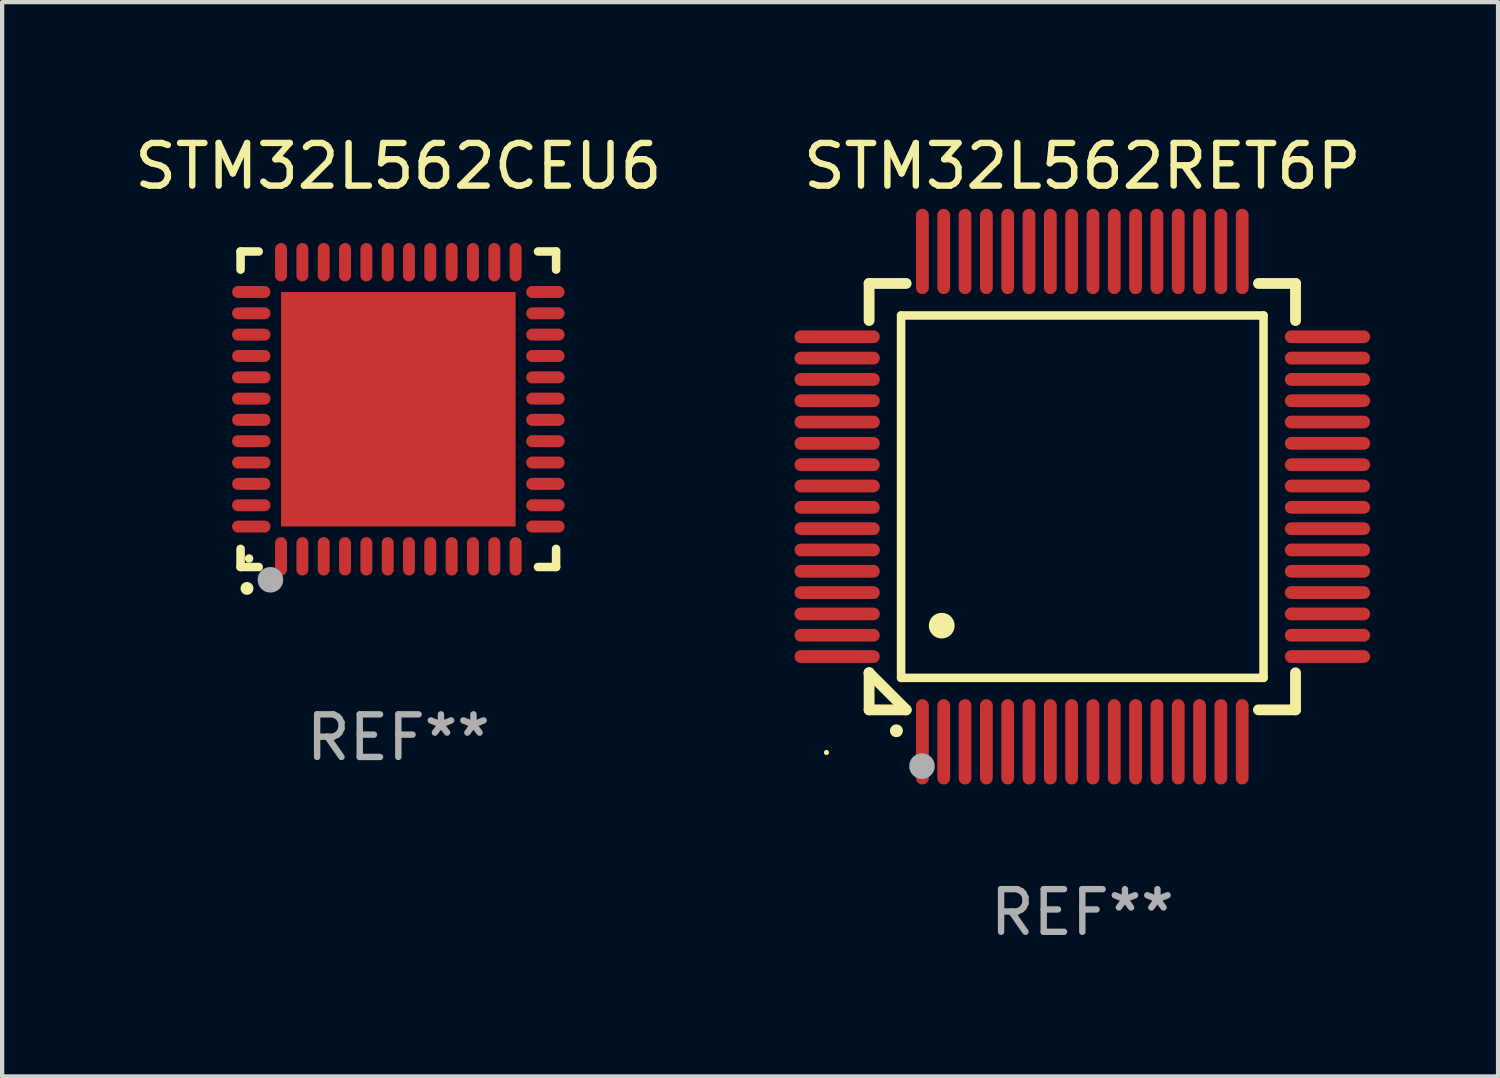
<source format=kicad_pcb>
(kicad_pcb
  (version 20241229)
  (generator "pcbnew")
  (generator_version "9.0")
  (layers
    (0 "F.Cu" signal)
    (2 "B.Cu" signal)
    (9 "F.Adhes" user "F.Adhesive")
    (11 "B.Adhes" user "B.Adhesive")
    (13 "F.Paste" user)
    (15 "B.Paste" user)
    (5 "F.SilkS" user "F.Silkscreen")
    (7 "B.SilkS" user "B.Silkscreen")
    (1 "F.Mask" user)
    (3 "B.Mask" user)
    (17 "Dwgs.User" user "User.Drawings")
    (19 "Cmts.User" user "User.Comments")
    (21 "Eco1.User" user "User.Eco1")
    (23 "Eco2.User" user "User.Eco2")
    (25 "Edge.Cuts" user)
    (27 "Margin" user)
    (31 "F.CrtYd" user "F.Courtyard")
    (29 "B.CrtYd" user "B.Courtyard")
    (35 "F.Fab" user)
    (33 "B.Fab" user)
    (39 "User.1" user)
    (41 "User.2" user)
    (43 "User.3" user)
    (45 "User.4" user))
  (footprint "STM32L562CEU6"
    (layer "F.Cu")
    (at 6.292 6.548)
    (property "Reference" "STM32L562CEU6" (at 0 -5.7 0) (layer "F.SilkS") (effects (font (size 1 1) (thickness 0.15))))
    (attr through_hole)
    (fp_line (start -3.7 -3.7) (end -3.275 -3.7) (stroke (width 0.2) (type solid)) (layer "F.SilkS"))
    (fp_line (start -3.7 -3.275) (end -3.7 -3.7) (stroke (width 0.2) (type solid)) (layer "F.SilkS"))
    (fp_line (start -3.7 3.7) (end -3.7 3.275) (stroke (width 0.2) (type solid)) (layer "F.SilkS"))
    (fp_line (start -3.275 3.7) (end -3.7 3.7) (stroke (width 0.2) (type solid)) (layer "F.SilkS"))
    (fp_line (start 3.7 -3.7) (end 3.275 -3.7) (stroke (width 0.2) (type solid)) (layer "F.SilkS"))
    (fp_line (start 3.7 -3.275) (end 3.7 -3.7) (stroke (width 0.2) (type solid)) (layer "F.SilkS"))
    (fp_line (start 3.7 3.275) (end 3.7 3.7) (stroke (width 0.2) (type solid)) (layer "F.SilkS"))
    (fp_line (start 3.7 3.7) (end 3.275 3.7) (stroke (width 0.2) (type solid)) (layer "F.SilkS"))
    (fp_arc (start -3.550927 4.201168) (mid -3.549657 4.201163) (end -3.548387 4.201168) (stroke (width 0.3) (type solid)) (layer "F.SilkS"))
    (fp_circle (center -3.5 3.5) (end -3.45 3.5) (stroke (width 0.1) (type solid)) (fill no) (layer "F.SilkS"))
    (fp_circle (center -3 4) (end -2.85 4) (stroke (width 0.3) (type solid)) (fill no) (layer "F.Fab"))
    (fp_text user "REF**" (at 0 7.7 0) (layer "F.Fab") (effects (font (size 1 1) (thickness 0.15))))
    (pad "1" smd oval (at -2.751 3.449) (size 0.28 0.9) (layers "F.Cu" "F.Mask" "F.Paste"))
    (pad "2" smd oval (at -2.25 3.449) (size 0.28 0.9) (layers "F.Cu" "F.Mask" "F.Paste"))
    (pad "3" smd oval (at -1.75 3.449) (size 0.28 0.9) (layers "F.Cu" "F.Mask" "F.Paste"))
    (pad "4" smd oval (at -1.25 3.449) (size 0.28 0.9) (layers "F.Cu" "F.Mask" "F.Paste"))
    (pad "5" smd oval (at -0.749 3.449) (size 0.28 0.9) (layers "F.Cu" "F.Mask" "F.Paste"))
    (pad "6" smd oval (at -0.249 3.449) (size 0.28 0.9) (layers "F.Cu" "F.Mask" "F.Paste"))
    (pad "7" smd oval (at 0.249 3.449) (size 0.28 0.9) (layers "F.Cu" "F.Mask" "F.Paste"))
    (pad "8" smd oval (at 0.749 3.449) (size 0.28 0.9) (layers "F.Cu" "F.Mask" "F.Paste"))
    (pad "9" smd oval (at 1.25 3.449) (size 0.28 0.9) (layers "F.Cu" "F.Mask" "F.Paste"))
    (pad "10" smd oval (at 1.75 3.449) (size 0.28 0.9) (layers "F.Cu" "F.Mask" "F.Paste"))
    (pad "11" smd oval (at 2.251 3.449) (size 0.28 0.9) (layers "F.Cu" "F.Mask" "F.Paste"))
    (pad "12" smd oval (at 2.751 3.449) (size 0.28 0.9) (layers "F.Cu" "F.Mask" "F.Paste"))
    (pad "13" smd oval (at 3.449 2.751) (size 0.9 0.28) (layers "F.Cu" "F.Mask" "F.Paste"))
    (pad "14" smd oval (at 3.449 2.251) (size 0.9 0.28) (layers "F.Cu" "F.Mask" "F.Paste"))
    (pad "15" smd oval (at 3.449 1.75) (size 0.9 0.28) (layers "F.Cu" "F.Mask" "F.Paste"))
    (pad "16" smd oval (at 3.449 1.25) (size 0.9 0.28) (layers "F.Cu" "F.Mask" "F.Paste"))
    (pad "17" smd oval (at 3.449 0.749) (size 0.9 0.28) (layers "F.Cu" "F.Mask" "F.Paste"))
    (pad "18" smd oval (at 3.449 0.249) (size 0.9 0.28) (layers "F.Cu" "F.Mask" "F.Paste"))
    (pad "19" smd oval (at 3.449 -0.249) (size 0.9 0.28) (layers "F.Cu" "F.Mask" "F.Paste"))
    (pad "20" smd oval (at 3.449 -0.749) (size 0.9 0.28) (layers "F.Cu" "F.Mask" "F.Paste"))
    (pad "21" smd oval (at 3.449 -1.25) (size 0.9 0.28) (layers "F.Cu" "F.Mask" "F.Paste"))
    (pad "22" smd oval (at 3.449 -1.75) (size 0.9 0.28) (layers "F.Cu" "F.Mask" "F.Paste"))
    (pad "23" smd oval (at 3.449 -2.25) (size 0.9 0.28) (layers "F.Cu" "F.Mask" "F.Paste"))
    (pad "24" smd oval (at 3.449 -2.751) (size 0.9 0.28) (layers "F.Cu" "F.Mask" "F.Paste"))
    (pad "25" smd oval (at 2.751 -3.449) (size 0.28 0.9) (layers "F.Cu" "F.Mask" "F.Paste"))
    (pad "26" smd oval (at 2.251 -3.449) (size 0.28 0.9) (layers "F.Cu" "F.Mask" "F.Paste"))
    (pad "27" smd oval (at 1.75 -3.449) (size 0.28 0.9) (layers "F.Cu" "F.Mask" "F.Paste"))
    (pad "28" smd oval (at 1.25 -3.449) (size 0.28 0.9) (layers "F.Cu" "F.Mask" "F.Paste"))
    (pad "29" smd oval (at 0.749 -3.449) (size 0.28 0.9) (layers "F.Cu" "F.Mask" "F.Paste"))
    (pad "30" smd oval (at 0.249 -3.449) (size 0.28 0.9) (layers "F.Cu" "F.Mask" "F.Paste"))
    (pad "31" smd oval (at -0.249 -3.449) (size 0.28 0.9) (layers "F.Cu" "F.Mask" "F.Paste"))
    (pad "32" smd oval (at -0.749 -3.449) (size 0.28 0.9) (layers "F.Cu" "F.Mask" "F.Paste"))
    (pad "33" smd oval (at -1.25 -3.449) (size 0.28 0.9) (layers "F.Cu" "F.Mask" "F.Paste"))
    (pad "34" smd oval (at -1.75 -3.449) (size 0.28 0.9) (layers "F.Cu" "F.Mask" "F.Paste"))
    (pad "35" smd oval (at -2.25 -3.449) (size 0.28 0.9) (layers "F.Cu" "F.Mask" "F.Paste"))
    (pad "36" smd oval (at -2.751 -3.449) (size 0.28 0.9) (layers "F.Cu" "F.Mask" "F.Paste"))
    (pad "37" smd oval (at -3.449 -2.751) (size 0.9 0.28) (layers "F.Cu" "F.Mask" "F.Paste"))
    (pad "38" smd oval (at -3.449 -2.25) (size 0.9 0.28) (layers "F.Cu" "F.Mask" "F.Paste"))
    (pad "39" smd oval (at -3.449 -1.75) (size 0.9 0.28) (layers "F.Cu" "F.Mask" "F.Paste"))
    (pad "40" smd oval (at -3.449 -1.25) (size 0.9 0.28) (layers "F.Cu" "F.Mask" "F.Paste"))
    (pad "41" smd oval (at -3.449 -0.749) (size 0.9 0.28) (layers "F.Cu" "F.Mask" "F.Paste"))
    (pad "42" smd oval (at -3.449 -0.249) (size 0.9 0.28) (layers "F.Cu" "F.Mask" "F.Paste"))
    (pad "43" smd oval (at -3.449 0.249) (size 0.9 0.28) (layers "F.Cu" "F.Mask" "F.Paste"))
    (pad "44" smd oval (at -3.449 0.749) (size 0.9 0.28) (layers "F.Cu" "F.Mask" "F.Paste"))
    (pad "45" smd oval (at -3.449 1.25) (size 0.9 0.28) (layers "F.Cu" "F.Mask" "F.Paste"))
    (pad "46" smd oval (at -3.449 1.75) (size 0.9 0.28) (layers "F.Cu" "F.Mask" "F.Paste"))
    (pad "47" smd oval (at -3.449 2.251) (size 0.9 0.28) (layers "F.Cu" "F.Mask" "F.Paste"))
    (pad "48" smd oval (at -3.449 2.751) (size 0.9 0.28) (layers "F.Cu" "F.Mask" "F.Paste"))
    (pad "49" smd rect (at 0.000076 0.000076) (size 5.5 5.5) (layers "F.Cu" "F.Mask" "F.Paste")))
  (footprint "STM32L562RET6P"
    (layer "F.Cu")
    (at 22.333 8.598)
    (property "Reference" "STM32L562RET6P" (at 0 -7.75 0) (layer "F.SilkS") (effects (font (size 1 1) (thickness 0.15))))
    (attr through_hole)
    (fp_line (start -5 -5) (end -4.131 -5) (stroke (width 0.254) (type solid)) (layer "F.SilkS"))
    (fp_line (start -5 -4.131) (end -5 -5) (stroke (width 0.254) (type solid)) (layer "F.SilkS"))
    (fp_line (start -5 4.131) (end -5 4.131) (stroke (width 0.254) (type solid)) (layer "F.SilkS"))
    (fp_line (start -5 5) (end -5 4.131) (stroke (width 0.254) (type solid)) (layer "F.SilkS"))
    (fp_line (start -5 4.131) (end -4.131 5) (stroke (width 0.254) (type solid)) (layer "F.SilkS"))
    (fp_line (start -4.25 -4.25) (end -4.25 4.25) (stroke (width 0.2) (type solid)) (layer "F.SilkS"))
    (fp_line (start -4.25 4.25) (end 4.25 4.25) (stroke (width 0.2) (type solid)) (layer "F.SilkS"))
    (fp_line (start -4.131 5) (end -5 5) (stroke (width 0.254) (type solid)) (layer "F.SilkS"))
    (fp_line (start 4.25 -4.25) (end -4.25 -4.25) (stroke (width 0.2) (type solid)) (layer "F.SilkS"))
    (fp_line (start 4.25 4.25) (end 4.25 -4.25) (stroke (width 0.2) (type solid)) (layer "F.SilkS"))
    (fp_line (start 5 -5) (end 4.131 -5) (stroke (width 0.254) (type solid)) (layer "F.SilkS"))
    (fp_line (start 5 -5) (end 5 -4.131) (stroke (width 0.254) (type solid)) (layer "F.SilkS"))
    (fp_line (start 5 4.131) (end 5 5) (stroke (width 0.254) (type solid)) (layer "F.SilkS"))
    (fp_line (start 5 5) (end 4.131 5) (stroke (width 0.254) (type solid)) (layer "F.SilkS"))
    (fp_arc (start -4.361265 5.489992) (mid -4.359995 5.489987) (end -4.358725 5.489992) (stroke (width 0.3) (type solid)) (layer "F.SilkS"))
    (fp_arc (start -3.299467 3.025146) (mid -3.296927 3.025135) (end -3.294387 3.025146) (stroke (width 0.6) (type solid)) (layer "F.SilkS"))
    (fp_circle (center -6 6) (end -5.97 6) (stroke (width 0.06) (type solid)) (fill no) (layer "F.SilkS"))
    (fp_circle (center -3.76 6.32) (end -3.61 6.32) (stroke (width 0.3) (type solid)) (fill no) (layer "F.Fab"))
    (fp_text user "REF**" (at 0 9.75 0) (layer "F.Fab") (effects (font (size 1 1) (thickness 0.15))))
    (pad "1" smd oval (at -3.75 5.75) (size 0.3 2) (layers "F.Cu" "F.Mask" "F.Paste"))
    (pad "2" smd oval (at -3.25 5.75) (size 0.3 2) (layers "F.Cu" "F.Mask" "F.Paste"))
    (pad "3" smd oval (at -2.75 5.75) (size 0.3 2) (layers "F.Cu" "F.Mask" "F.Paste"))
    (pad "4" smd oval (at -2.25 5.75) (size 0.3 2) (layers "F.Cu" "F.Mask" "F.Paste"))
    (pad "5" smd oval (at -1.75 5.75) (size 0.3 2) (layers "F.Cu" "F.Mask" "F.Paste"))
    (pad "6" smd oval (at -1.25 5.75) (size 0.3 2) (layers "F.Cu" "F.Mask" "F.Paste"))
    (pad "7" smd oval (at -0.75 5.75) (size 0.3 2) (layers "F.Cu" "F.Mask" "F.Paste"))
    (pad "8" smd oval (at -0.25 5.75) (size 0.3 2) (layers "F.Cu" "F.Mask" "F.Paste"))
    (pad "9" smd oval (at 0.25 5.75) (size 0.3 2) (layers "F.Cu" "F.Mask" "F.Paste"))
    (pad "10" smd oval (at 0.75 5.75) (size 0.3 2) (layers "F.Cu" "F.Mask" "F.Paste"))
    (pad "11" smd oval (at 1.25 5.75) (size 0.3 2) (layers "F.Cu" "F.Mask" "F.Paste"))
    (pad "12" smd oval (at 1.75 5.75) (size 0.3 2) (layers "F.Cu" "F.Mask" "F.Paste"))
    (pad "13" smd oval (at 2.25 5.75) (size 0.3 2) (layers "F.Cu" "F.Mask" "F.Paste"))
    (pad "14" smd oval (at 2.75 5.75) (size 0.3 2) (layers "F.Cu" "F.Mask" "F.Paste"))
    (pad "15" smd oval (at 3.25 5.75) (size 0.3 2) (layers "F.Cu" "F.Mask" "F.Paste"))
    (pad "16" smd oval (at 3.75 5.75) (size 0.3 2) (layers "F.Cu" "F.Mask" "F.Paste"))
    (pad "17" smd oval (at 5.75 3.75) (size 2 0.3) (layers "F.Cu" "F.Mask" "F.Paste"))
    (pad "18" smd oval (at 5.75 3.25) (size 2 0.3) (layers "F.Cu" "F.Mask" "F.Paste"))
    (pad "19" smd oval (at 5.75 2.75) (size 2 0.3) (layers "F.Cu" "F.Mask" "F.Paste"))
    (pad "20" smd oval (at 5.75 2.25) (size 2 0.3) (layers "F.Cu" "F.Mask" "F.Paste"))
    (pad "21" smd oval (at 5.75 1.75) (size 2 0.3) (layers "F.Cu" "F.Mask" "F.Paste"))
    (pad "22" smd oval (at 5.75 1.25) (size 2 0.3) (layers "F.Cu" "F.Mask" "F.Paste"))
    (pad "23" smd oval (at 5.75 0.75) (size 2 0.3) (layers "F.Cu" "F.Mask" "F.Paste"))
    (pad "24" smd oval (at 5.75 0.25) (size 2 0.3) (layers "F.Cu" "F.Mask" "F.Paste"))
    (pad "25" smd oval (at 5.75 -0.25) (size 2 0.3) (layers "F.Cu" "F.Mask" "F.Paste"))
    (pad "26" smd oval (at 5.75 -0.75) (size 2 0.3) (layers "F.Cu" "F.Mask" "F.Paste"))
    (pad "27" smd oval (at 5.75 -1.25) (size 2 0.3) (layers "F.Cu" "F.Mask" "F.Paste"))
    (pad "28" smd oval (at 5.75 -1.75) (size 2 0.3) (layers "F.Cu" "F.Mask" "F.Paste"))
    (pad "29" smd oval (at 5.75 -2.25) (size 2 0.3) (layers "F.Cu" "F.Mask" "F.Paste"))
    (pad "30" smd oval (at 5.75 -2.75) (size 2 0.3) (layers "F.Cu" "F.Mask" "F.Paste"))
    (pad "31" smd oval (at 5.75 -3.25) (size 2 0.3) (layers "F.Cu" "F.Mask" "F.Paste"))
    (pad "32" smd oval (at 5.75 -3.75) (size 2 0.3) (layers "F.Cu" "F.Mask" "F.Paste"))
    (pad "33" smd oval (at 3.75 -5.75) (size 0.3 2) (layers "F.Cu" "F.Mask" "F.Paste"))
    (pad "34" smd oval (at 3.25 -5.75) (size 0.3 2) (layers "F.Cu" "F.Mask" "F.Paste"))
    (pad "35" smd oval (at 2.75 -5.75) (size 0.3 2) (layers "F.Cu" "F.Mask" "F.Paste"))
    (pad "36" smd oval (at 2.25 -5.75) (size 0.3 2) (layers "F.Cu" "F.Mask" "F.Paste"))
    (pad "37" smd oval (at 1.75 -5.75) (size 0.3 2) (layers "F.Cu" "F.Mask" "F.Paste"))
    (pad "38" smd oval (at 1.25 -5.75) (size 0.3 2) (layers "F.Cu" "F.Mask" "F.Paste"))
    (pad "39" smd oval (at 0.75 -5.75) (size 0.3 2) (layers "F.Cu" "F.Mask" "F.Paste"))
    (pad "40" smd oval (at 0.25 -5.75) (size 0.3 2) (layers "F.Cu" "F.Mask" "F.Paste"))
    (pad "41" smd oval (at -0.25 -5.75) (size 0.3 2) (layers "F.Cu" "F.Mask" "F.Paste"))
    (pad "42" smd oval (at -0.75 -5.75) (size 0.3 2) (layers "F.Cu" "F.Mask" "F.Paste"))
    (pad "43" smd oval (at -1.25 -5.75) (size 0.3 2) (layers "F.Cu" "F.Mask" "F.Paste"))
    (pad "44" smd oval (at -1.75 -5.75) (size 0.3 2) (layers "F.Cu" "F.Mask" "F.Paste"))
    (pad "45" smd oval (at -2.25 -5.75) (size 0.3 2) (layers "F.Cu" "F.Mask" "F.Paste"))
    (pad "46" smd oval (at -2.75 -5.75) (size 0.3 2) (layers "F.Cu" "F.Mask" "F.Paste"))
    (pad "47" smd oval (at -3.25 -5.75) (size 0.3 2) (layers "F.Cu" "F.Mask" "F.Paste"))
    (pad "48" smd oval (at -3.75 -5.75) (size 0.3 2) (layers "F.Cu" "F.Mask" "F.Paste"))
    (pad "49" smd oval (at -5.75 -3.75) (size 2 0.3) (layers "F.Cu" "F.Mask" "F.Paste"))
    (pad "50" smd oval (at -5.75 -3.25) (size 2 0.3) (layers "F.Cu" "F.Mask" "F.Paste"))
    (pad "51" smd oval (at -5.75 -2.75) (size 2 0.3) (layers "F.Cu" "F.Mask" "F.Paste"))
    (pad "52" smd oval (at -5.75 -2.25) (size 2 0.3) (layers "F.Cu" "F.Mask" "F.Paste"))
    (pad "53" smd oval (at -5.75 -1.75) (size 2 0.3) (layers "F.Cu" "F.Mask" "F.Paste"))
    (pad "54" smd oval (at -5.75 -1.25) (size 2 0.3) (layers "F.Cu" "F.Mask" "F.Paste"))
    (pad "55" smd oval (at -5.75 -0.75) (size 2 0.3) (layers "F.Cu" "F.Mask" "F.Paste"))
    (pad "56" smd oval (at -5.75 -0.25) (size 2 0.3) (layers "F.Cu" "F.Mask" "F.Paste"))
    (pad "57" smd oval (at -5.75 0.25) (size 2 0.3) (layers "F.Cu" "F.Mask" "F.Paste"))
    (pad "58" smd oval (at -5.75 0.75) (size 2 0.3) (layers "F.Cu" "F.Mask" "F.Paste"))
    (pad "59" smd oval (at -5.75 1.25) (size 2 0.3) (layers "F.Cu" "F.Mask" "F.Paste"))
    (pad "60" smd oval (at -5.75 1.75) (size 2 0.3) (layers "F.Cu" "F.Mask" "F.Paste"))
    (pad "61" smd oval (at -5.75 2.25) (size 2 0.3) (layers "F.Cu" "F.Mask" "F.Paste"))
    (pad "62" smd oval (at -5.75 2.75) (size 2 0.3) (layers "F.Cu" "F.Mask" "F.Paste"))
    (pad "63" smd oval (at -5.75 3.25) (size 2 0.3) (layers "F.Cu" "F.Mask" "F.Paste"))
    (pad "64" smd oval (at -5.75 3.75) (size 2 0.3) (layers "F.Cu" "F.Mask" "F.Paste")))
  (gr_rect
    (start -3 -3)
    (end 32.083 22.196)
    (stroke (width 0.1) (type default))
    (fill no)
    (layer "Edge.Cuts")))
</source>
